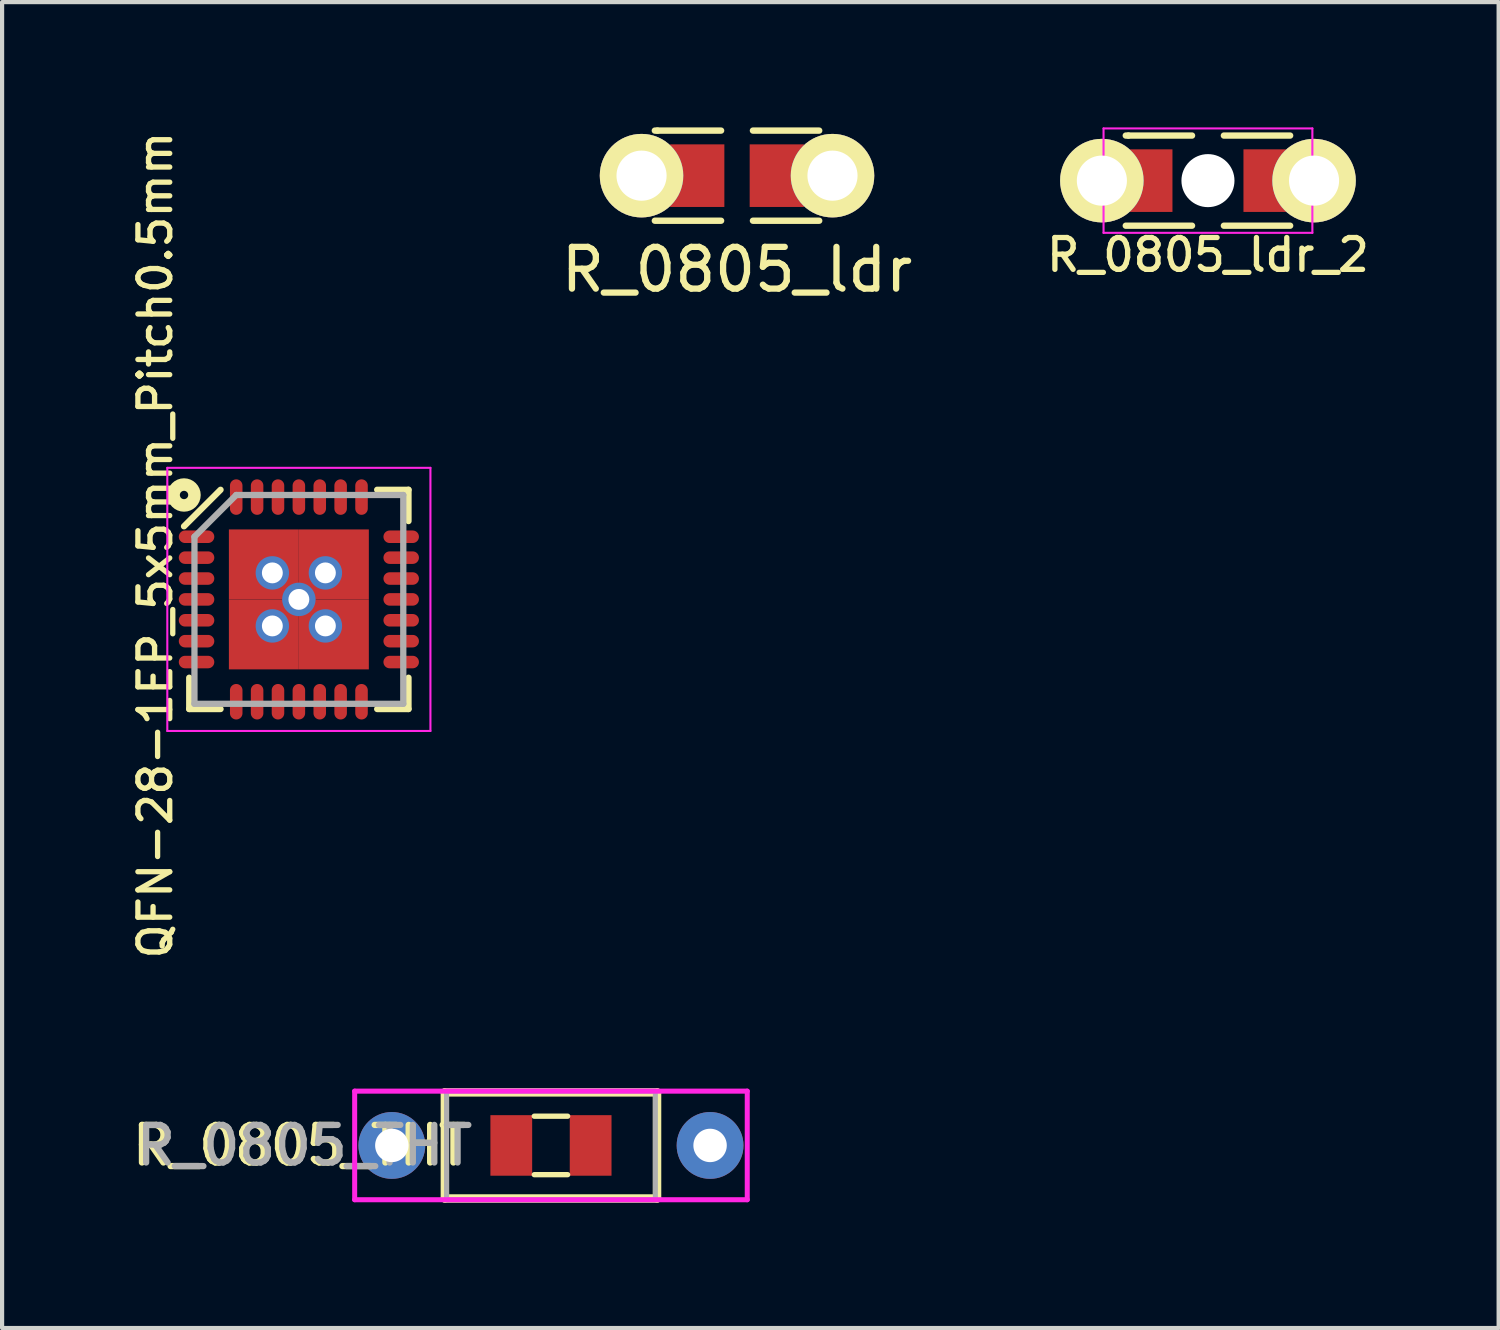
<source format=kicad_pcb>
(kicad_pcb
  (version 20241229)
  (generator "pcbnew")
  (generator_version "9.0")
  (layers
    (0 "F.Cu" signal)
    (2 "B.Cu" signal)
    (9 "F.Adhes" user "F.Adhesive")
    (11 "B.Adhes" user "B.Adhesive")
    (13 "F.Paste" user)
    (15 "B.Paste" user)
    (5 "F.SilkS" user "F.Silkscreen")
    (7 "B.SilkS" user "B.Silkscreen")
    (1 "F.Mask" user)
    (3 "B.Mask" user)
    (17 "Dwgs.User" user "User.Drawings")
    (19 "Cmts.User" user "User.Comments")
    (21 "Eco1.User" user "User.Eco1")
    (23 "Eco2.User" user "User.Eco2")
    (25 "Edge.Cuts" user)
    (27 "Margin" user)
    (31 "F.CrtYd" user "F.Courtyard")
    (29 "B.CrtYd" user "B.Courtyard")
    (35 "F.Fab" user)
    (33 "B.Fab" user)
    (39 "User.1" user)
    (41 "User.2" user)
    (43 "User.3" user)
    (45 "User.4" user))
  (footprint "R_0805_ldr_2"
    (layer "F.Cu")
    (at 25.873 1.275)
    (property "Reference" "R_0805_ldr_2" (at 0 1.778 180) (layer "F.SilkS") (effects (font (size 0.762 0.762) (thickness 0.127))))
    (attr smd)
    (fp_line (start -1.968 1.079) (end -0.381 1.079) (stroke (width 0.152) (type solid)) (layer "F.SilkS"))
    (fp_line (start -1.905 -1.079) (end -1.968 -1.079) (stroke (width 0.152) (type solid)) (layer "F.SilkS"))
    (fp_line (start -0.381 -1.079) (end -1.905 -1.079) (stroke (width 0.152) (type solid)) (layer "F.SilkS"))
    (fp_line (start 0.381 1.079) (end 1.968 1.079) (stroke (width 0.152) (type solid)) (layer "F.SilkS"))
    (fp_line (start 1.968 -1.079) (end 0.381 -1.079) (stroke (width 0.152) (type solid)) (layer "F.SilkS"))
    (fp_line (start -2.5 -1.25) (end -2.5 1.25) (stroke (width 0.05) (type solid)) (layer "F.CrtYd"))
    (fp_line (start -2.5 1.25) (end 2.5 1.25) (stroke (width 0.05) (type solid)) (layer "F.CrtYd"))
    (fp_line (start 2.5 -1.25) (end -2.5 -1.25) (stroke (width 0.05) (type solid)) (layer "F.CrtYd"))
    (fp_line (start 2.5 1.25) (end 2.5 -1.25) (stroke (width 0.05) (type solid)) (layer "F.CrtYd"))
    (pad "" np_thru_hole circle (at 0 0) (size 1.27 1.27) (drill 1.27) (layers "*.Cu" "*.Mask"))
    (pad "1" smd rect (at 1.5 0) (size 1.3 1.499) (layers "F.Cu" "F.Mask" "F.Paste"))
    (pad "1" thru_hole circle (at 2.54 0) (size 2 2) (drill 1.2) (layers "*.Cu" "*.Mask" "F.SilkS"))
    (pad "2" thru_hole circle (at -2.54 0) (size 2 2) (drill 1.2) (layers "*.Cu" "*.Mask" "F.SilkS"))
    (pad "2" smd rect (at -1.5 0) (size 1.3 1.499) (layers "F.Cu" "F.Mask" "F.Paste")))
  (footprint "R_0805_THT"
    (layer "F.Cu")
    (at 10.142 24.376)
    (property "Reference" "R_0805_THT" (at -6 0 180) (layer "F.SilkS") (effects (font (size 0.9 0.9) (thickness 0.15))))
    (attr smd)
    (fp_line (start -2.54 -1.27) (end -2.54 1.27) (stroke (width 0.203) (type solid)) (layer "F.SilkS"))
    (fp_line (start -2.54 1.27) (end 2.54 1.27) (stroke (width 0.203) (type solid)) (layer "F.SilkS"))
    (fp_line (start -0.4 -0.7) (end 0.4 -0.7) (stroke (width 0.127) (type solid)) (layer "F.SilkS"))
    (fp_line (start 0.4 0.7) (end -0.4 0.7) (stroke (width 0.127) (type solid)) (layer "F.SilkS"))
    (fp_line (start 2.54 -1.27) (end -2.54 -1.27) (stroke (width 0.203) (type solid)) (layer "F.SilkS"))
    (fp_line (start 2.54 1.27) (end 2.54 -1.27) (stroke (width 0.203) (type solid)) (layer "F.SilkS"))
    (fp_line (start -4.7 -1.3) (end 4.7 -1.3) (stroke (width 0.12) (type solid)) (layer "F.CrtYd"))
    (fp_line (start -4.7 1.3) (end -4.7 -1.3) (stroke (width 0.12) (type solid)) (layer "F.CrtYd"))
    (fp_line (start 4.7 -1.3) (end 4.7 1.3) (stroke (width 0.12) (type solid)) (layer "F.CrtYd"))
    (fp_line (start 4.7 1.3) (end -4.7 1.3) (stroke (width 0.12) (type solid)) (layer "F.CrtYd"))
    (fp_line (start -2.5 -1.3) (end 2.5 -1.3) (stroke (width 0.12) (type solid)) (layer "F.Fab"))
    (fp_line (start -2.5 1.3) (end -2.5 -1.3) (stroke (width 0.12) (type solid)) (layer "F.Fab"))
    (fp_line (start 2.5 -1.3) (end 2.5 1.3) (stroke (width 0.12) (type solid)) (layer "F.Fab"))
    (fp_line (start 2.5 1.3) (end -2.5 1.3) (stroke (width 0.12) (type solid)) (layer "F.Fab"))
    (fp_text user "${REFERENCE}" (at -5.9 0 0) (layer "F.Fab") (effects (font (size 0.9 0.9) (thickness 0.15))))
    (pad "1" thru_hole circle (at -3.81 0) (size 1.6 1.6) (drill 0.8) (layers "*.Cu" "*.Mask"))
    (pad "1" smd rect (at -0.95 0) (size 1 1.45) (layers "F.Cu" "F.Mask" "F.Paste"))
    (pad "2" smd rect (at 0.95 0) (size 1 1.45) (layers "F.Cu" "F.Mask" "F.Paste"))
    (pad "2" thru_hole circle (at 3.81 0) (size 1.6 1.6) (drill 0.8) (layers "*.Cu" "*.Mask")))
  (footprint "R_0805_ldr"
    (layer "F.Cu")
    (at 14.597 1.156)
    (property "Reference" "R_0805_ldr" (at 0 2.25 180) (layer "F.SilkS") (effects (font (size 1 1) (thickness 0.15))))
    (attr smd)
    (fp_line (start -1.968 1.079) (end -0.381 1.079) (stroke (width 0.152) (type solid)) (layer "F.SilkS"))
    (fp_line (start -1.905 -1.079) (end -1.968 -1.079) (stroke (width 0.152) (type solid)) (layer "F.SilkS"))
    (fp_line (start -0.381 -1.079) (end -1.905 -1.079) (stroke (width 0.152) (type solid)) (layer "F.SilkS"))
    (fp_line (start 0.381 1.079) (end 1.968 1.079) (stroke (width 0.152) (type solid)) (layer "F.SilkS"))
    (fp_line (start 1.968 -1.079) (end 0.381 -1.079) (stroke (width 0.152) (type solid)) (layer "F.SilkS"))
    (pad "1" smd rect (at 0.953 0) (size 1.3 1.499) (layers "F.Cu" "F.Mask" "F.Paste"))
    (pad "1" thru_hole circle (at 2.286 0) (size 2 2) (drill 1.2) (layers "*.Cu" "*.Mask" "F.SilkS"))
    (pad "2" thru_hole circle (at -2.286 0) (size 2 2) (drill 1.2) (layers "*.Cu" "*.Mask" "F.SilkS"))
    (pad "2" smd rect (at -0.953 0) (size 1.3 1.499) (layers "F.Cu" "F.Mask" "F.Paste")))
  (footprint "QFN-28-1EP_5x5mm_Pitch0.5mm"
    (layer "F.Cu")
    (at 4.106 11.302)
    (property "Reference" "QFN-28-1EP_5x5mm_Pitch0.5mm" (at -3.438 -1.3 90) (layer "F.SilkS") (effects (font (size 0.762 0.762) (thickness 0.127))))
    (attr smd)
    (fp_line (start -2.75 -1.75) (end -1.875 -2.625) (stroke (width 0.15) (type solid)) (layer "F.SilkS"))
    (fp_line (start -2.625 2.625) (end -2.625 1.875) (stroke (width 0.15) (type solid)) (layer "F.SilkS"))
    (fp_line (start -2.625 2.625) (end -1.875 2.625) (stroke (width 0.15) (type solid)) (layer "F.SilkS"))
    (fp_line (start 2.625 -2.625) (end 1.875 -2.625) (stroke (width 0.15) (type solid)) (layer "F.SilkS"))
    (fp_line (start 2.625 -2.625) (end 2.625 -1.875) (stroke (width 0.15) (type solid)) (layer "F.SilkS"))
    (fp_line (start 2.625 2.625) (end 1.875 2.625) (stroke (width 0.15) (type solid)) (layer "F.SilkS"))
    (fp_line (start 2.625 2.625) (end 2.625 1.875) (stroke (width 0.15) (type solid)) (layer "F.SilkS"))
    (fp_circle (center -2.75 -2.5) (end -2.5 -2.5) (stroke (width 0.3) (type solid)) (fill no) (layer "F.SilkS"))
    (fp_line (start -3.15 -3.15) (end -3.15 3.15) (stroke (width 0.05) (type solid)) (layer "F.CrtYd"))
    (fp_line (start -3.15 -3.15) (end 3.15 -3.15) (stroke (width 0.05) (type solid)) (layer "F.CrtYd"))
    (fp_line (start -3.15 3.15) (end 3.15 3.15) (stroke (width 0.05) (type solid)) (layer "F.CrtYd"))
    (fp_line (start 3.15 -3.15) (end 3.15 3.15) (stroke (width 0.05) (type solid)) (layer "F.CrtYd"))
    (fp_line (start -2.5 -1.5) (end -1.5 -2.5) (stroke (width 0.15) (type solid)) (layer "F.Fab"))
    (fp_line (start -2.5 2.5) (end -2.5 -1.5) (stroke (width 0.15) (type solid)) (layer "F.Fab"))
    (fp_line (start -1.5 -2.5) (end 2.5 -2.5) (stroke (width 0.15) (type solid)) (layer "F.Fab"))
    (fp_line (start 2.5 -2.5) (end 2.5 2.5) (stroke (width 0.15) (type solid)) (layer "F.Fab"))
    (fp_line (start 2.5 2.5) (end -2.5 2.5) (stroke (width 0.15) (type solid)) (layer "F.Fab"))
    (pad "1" smd oval (at -2.45 -1.5) (size 0.85 0.3) (layers "F.Cu" "F.Mask" "F.Paste"))
    (pad "2" smd oval (at -2.45 -1) (size 0.85 0.3) (layers "F.Cu" "F.Mask" "F.Paste"))
    (pad "3" smd oval (at -2.45 -0.5) (size 0.85 0.3) (layers "F.Cu" "F.Mask" "F.Paste"))
    (pad "4" smd oval (at -2.45 0) (size 0.85 0.3) (layers "F.Cu" "F.Mask" "F.Paste"))
    (pad "5" smd oval (at -2.45 0.5) (size 0.85 0.3) (layers "F.Cu" "F.Mask" "F.Paste"))
    (pad "6" smd oval (at -2.45 1) (size 0.85 0.3) (layers "F.Cu" "F.Mask" "F.Paste"))
    (pad "7" smd oval (at -2.45 1.5) (size 0.85 0.3) (layers "F.Cu" "F.Mask" "F.Paste"))
    (pad "8" smd oval (at -1.5 2.45 90) (size 0.85 0.3) (layers "F.Cu" "F.Mask" "F.Paste"))
    (pad "9" smd oval (at -1 2.45 90) (size 0.85 0.3) (layers "F.Cu" "F.Mask" "F.Paste"))
    (pad "10" smd oval (at -0.5 2.45 90) (size 0.85 0.3) (layers "F.Cu" "F.Mask" "F.Paste"))
    (pad "11" smd oval (at 0 2.45 90) (size 0.85 0.3) (layers "F.Cu" "F.Mask" "F.Paste"))
    (pad "12" smd oval (at 0.5 2.45 90) (size 0.85 0.3) (layers "F.Cu" "F.Mask" "F.Paste"))
    (pad "13" smd oval (at 1 2.45 90) (size 0.85 0.3) (layers "F.Cu" "F.Mask" "F.Paste"))
    (pad "14" smd oval (at 1.5 2.45 90) (size 0.85 0.3) (layers "F.Cu" "F.Mask" "F.Paste"))
    (pad "15" smd oval (at 2.45 1.5) (size 0.85 0.3) (layers "F.Cu" "F.Mask" "F.Paste"))
    (pad "16" smd oval (at 2.45 1) (size 0.85 0.3) (layers "F.Cu" "F.Mask" "F.Paste"))
    (pad "17" smd oval (at 2.45 0.5) (size 0.85 0.3) (layers "F.Cu" "F.Mask" "F.Paste"))
    (pad "18" smd oval (at 2.45 0) (size 0.85 0.3) (layers "F.Cu" "F.Mask" "F.Paste"))
    (pad "19" smd oval (at 2.45 -0.5) (size 0.85 0.3) (layers "F.Cu" "F.Mask" "F.Paste"))
    (pad "20" smd oval (at 2.45 -1) (size 0.85 0.3) (layers "F.Cu" "F.Mask" "F.Paste"))
    (pad "21" smd oval (at 2.45 -1.5) (size 0.85 0.3) (layers "F.Cu" "F.Mask" "F.Paste"))
    (pad "22" smd oval (at 1.5 -2.45 90) (size 0.85 0.3) (layers "F.Cu" "F.Mask" "F.Paste"))
    (pad "23" smd oval (at 1 -2.45 90) (size 0.85 0.3) (layers "F.Cu" "F.Mask" "F.Paste"))
    (pad "24" smd oval (at 0.5 -2.45 90) (size 0.85 0.3) (layers "F.Cu" "F.Mask" "F.Paste"))
    (pad "25" smd oval (at 0 -2.45 90) (size 0.85 0.3) (layers "F.Cu" "F.Mask" "F.Paste"))
    (pad "26" smd oval (at -0.5 -2.45 90) (size 0.85 0.3) (layers "F.Cu" "F.Mask" "F.Paste"))
    (pad "27" smd oval (at -1 -2.45 90) (size 0.85 0.3) (layers "F.Cu" "F.Mask" "F.Paste"))
    (pad "28" smd oval (at -1.5 -2.45 90) (size 0.85 0.3) (layers "F.Cu" "F.Mask" "F.Paste"))
    (pad "29" smd rect (at -0.838 -0.838) (size 1.675 1.675) (layers "F.Cu" "F.Mask" "F.Paste"))
    (pad "29" smd rect (at -0.838 0.838) (size 1.675 1.675) (layers "F.Cu" "F.Mask" "F.Paste"))
    (pad "29" thru_hole circle (at -0.635 -0.635) (size 0.8 0.8) (drill 0.5) (layers "*.Cu" "*.Mask"))
    (pad "29" thru_hole circle (at -0.635 0.635) (size 0.8 0.8) (drill 0.5) (layers "*.Cu" "*.Mask"))
    (pad "29" thru_hole circle (at 0 0) (size 0.8 0.8) (drill 0.5) (layers "*.Cu" "*.Mask"))
    (pad "29" thru_hole circle (at 0.635 -0.635) (size 0.8 0.8) (drill 0.5) (layers "*.Cu" "*.Mask"))
    (pad "29" thru_hole circle (at 0.635 0.635) (size 0.8 0.8) (drill 0.5) (layers "*.Cu" "*.Mask"))
    (pad "29" smd rect (at 0.838 -0.838) (size 1.675 1.675) (layers "F.Cu" "F.Mask" "F.Paste"))
    (pad "29" smd rect (at 0.838 0.838) (size 1.675 1.675) (layers "F.Cu" "F.Mask" "F.Paste")))
  (gr_rect
    (start -3 -3)
    (end 32.833 28.748)
    (stroke (width 0.1) (type default))
    (fill no)
    (layer "Edge.Cuts")))
</source>
